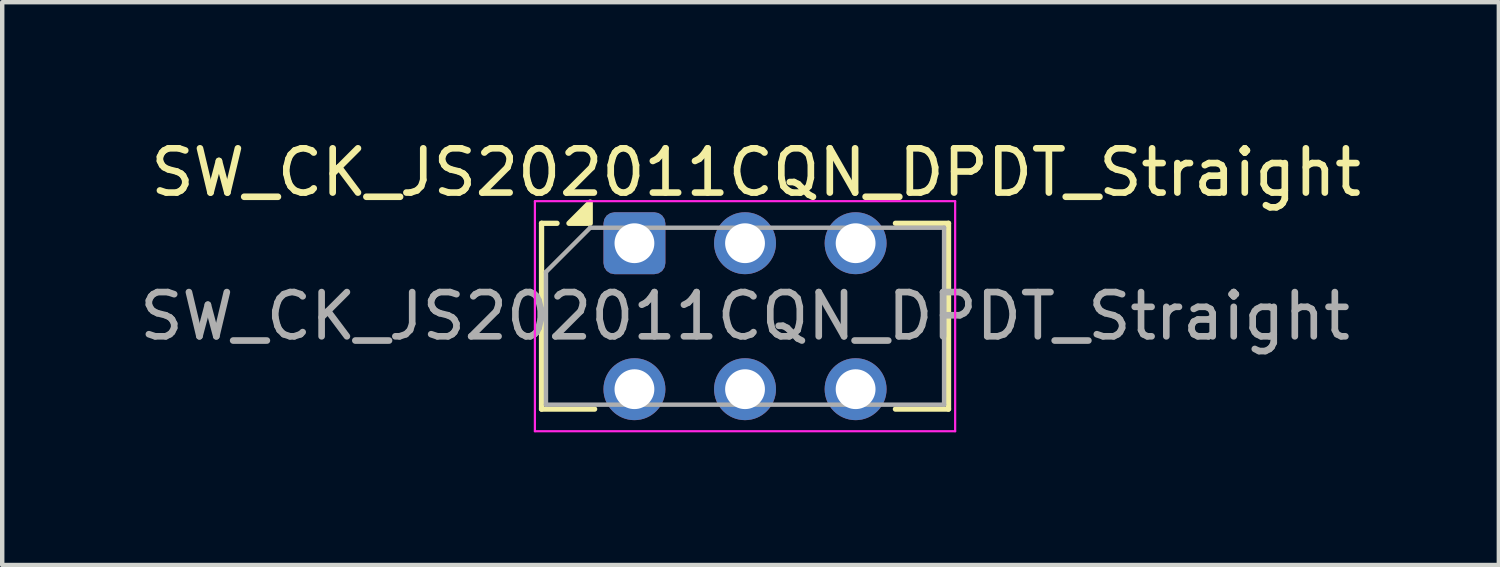
<source format=kicad_pcb>
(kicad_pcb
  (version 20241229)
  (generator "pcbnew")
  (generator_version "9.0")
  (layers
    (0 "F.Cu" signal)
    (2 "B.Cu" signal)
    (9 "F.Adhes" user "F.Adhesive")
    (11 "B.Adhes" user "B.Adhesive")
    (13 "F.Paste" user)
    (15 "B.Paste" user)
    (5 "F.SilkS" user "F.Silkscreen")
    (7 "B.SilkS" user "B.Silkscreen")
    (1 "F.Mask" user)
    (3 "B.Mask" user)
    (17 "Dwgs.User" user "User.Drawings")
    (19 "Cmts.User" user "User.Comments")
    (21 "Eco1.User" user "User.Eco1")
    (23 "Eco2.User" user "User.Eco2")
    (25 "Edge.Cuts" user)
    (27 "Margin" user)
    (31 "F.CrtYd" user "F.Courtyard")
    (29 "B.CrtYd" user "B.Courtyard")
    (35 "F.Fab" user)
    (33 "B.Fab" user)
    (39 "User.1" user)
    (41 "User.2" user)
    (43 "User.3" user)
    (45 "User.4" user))
  (footprint "SW_CK_JS202011CQN_DPDT_Straight"
    (layer "F.Cu")
    (at 11.292 2.448)
    (property "Reference" "SW_CK_JS202011CQN_DPDT_Straight" (at 2.75 -1.6 0) (layer "F.SilkS") (effects (font (size 1 1) (thickness 0.15))))
    (attr through_hole)
    (fp_line (start -2.1 -0.45) (end -2.1 3.75) (stroke (width 0.12) (type solid)) (layer "F.SilkS"))
    (fp_line (start -2.1 3.75) (end -0.9 3.75) (stroke (width 0.12) (type solid)) (layer "F.SilkS"))
    (fp_line (start -1.75 -0.45) (end -2.1 -0.45) (stroke (width 0.12) (type solid)) (layer "F.SilkS"))
    (fp_line (start 5.9 -0.45) (end 7.1 -0.45) (stroke (width 0.12) (type solid)) (layer "F.SilkS"))
    (fp_line (start 7.1 -0.45) (end 7.1 3.75) (stroke (width 0.12) (type solid)) (layer "F.SilkS"))
    (fp_line (start 7.1 3.75) (end 5.9 3.75) (stroke (width 0.12) (type solid)) (layer "F.SilkS"))
    (fp_poly (pts (xy -1 -0.45) (xy -1.48 -0.45) (xy -1 -0.93) (xy -1 -0.45)) (stroke (width 0.12) (type solid)) (fill yes) (layer "F.SilkS"))
    (fp_line (start -2.25 -0.95) (end 7.25 -0.95) (stroke (width 0.05) (type solid)) (layer "F.CrtYd"))
    (fp_line (start -2.25 4.25) (end -2.25 -0.95) (stroke (width 0.05) (type solid)) (layer "F.CrtYd"))
    (fp_line (start 7.25 -0.95) (end 7.25 4.25) (stroke (width 0.05) (type solid)) (layer "F.CrtYd"))
    (fp_line (start 7.25 4.25) (end -2.25 4.25) (stroke (width 0.05) (type solid)) (layer "F.CrtYd"))
    (fp_line (start -2 3.65) (end -2 0.65) (stroke (width 0.1) (type solid)) (layer "F.Fab"))
    (fp_line (start -1 -0.35) (end -2 0.65) (stroke (width 0.1) (type solid)) (layer "F.Fab"))
    (fp_line (start -1 -0.35) (end 7 -0.35) (stroke (width 0.1) (type solid)) (layer "F.Fab"))
    (fp_line (start 7 -0.35) (end 7 3.65) (stroke (width 0.1) (type solid)) (layer "F.Fab"))
    (fp_line (start 7 3.65) (end -2 3.65) (stroke (width 0.1) (type solid)) (layer "F.Fab"))
    (fp_text user "${REFERENCE}" (at 2.5 1.65 0) (layer "F.Fab") (effects (font (size 1 1) (thickness 0.15))))
    (pad "1" thru_hole roundrect (at 0 0) (size 1.4 1.4) (drill 0.9) (layers "*.Cu" "*.Mask") (roundrect_rratio 0.179))
    (pad "2" thru_hole circle (at 2.5 0) (size 1.4 1.4) (drill 0.9) (layers "*.Cu" "*.Mask"))
    (pad "3" thru_hole circle (at 5 0) (size 1.4 1.4) (drill 0.9) (layers "*.Cu" "*.Mask"))
    (pad "4" thru_hole circle (at 0 3.3) (size 1.4 1.4) (drill 0.9) (layers "*.Cu" "*.Mask"))
    (pad "5" thru_hole circle (at 2.5 3.3) (size 1.4 1.4) (drill 0.9) (layers "*.Cu" "*.Mask"))
    (pad "6" thru_hole circle (at 5 3.3) (size 1.4 1.4) (drill 0.9) (layers "*.Cu" "*.Mask")))
  (gr_rect
    (start -3 -3)
    (end 30.833 9.723)
    (stroke (width 0.1) (type default))
    (fill no)
    (layer "Edge.Cuts")))
</source>
